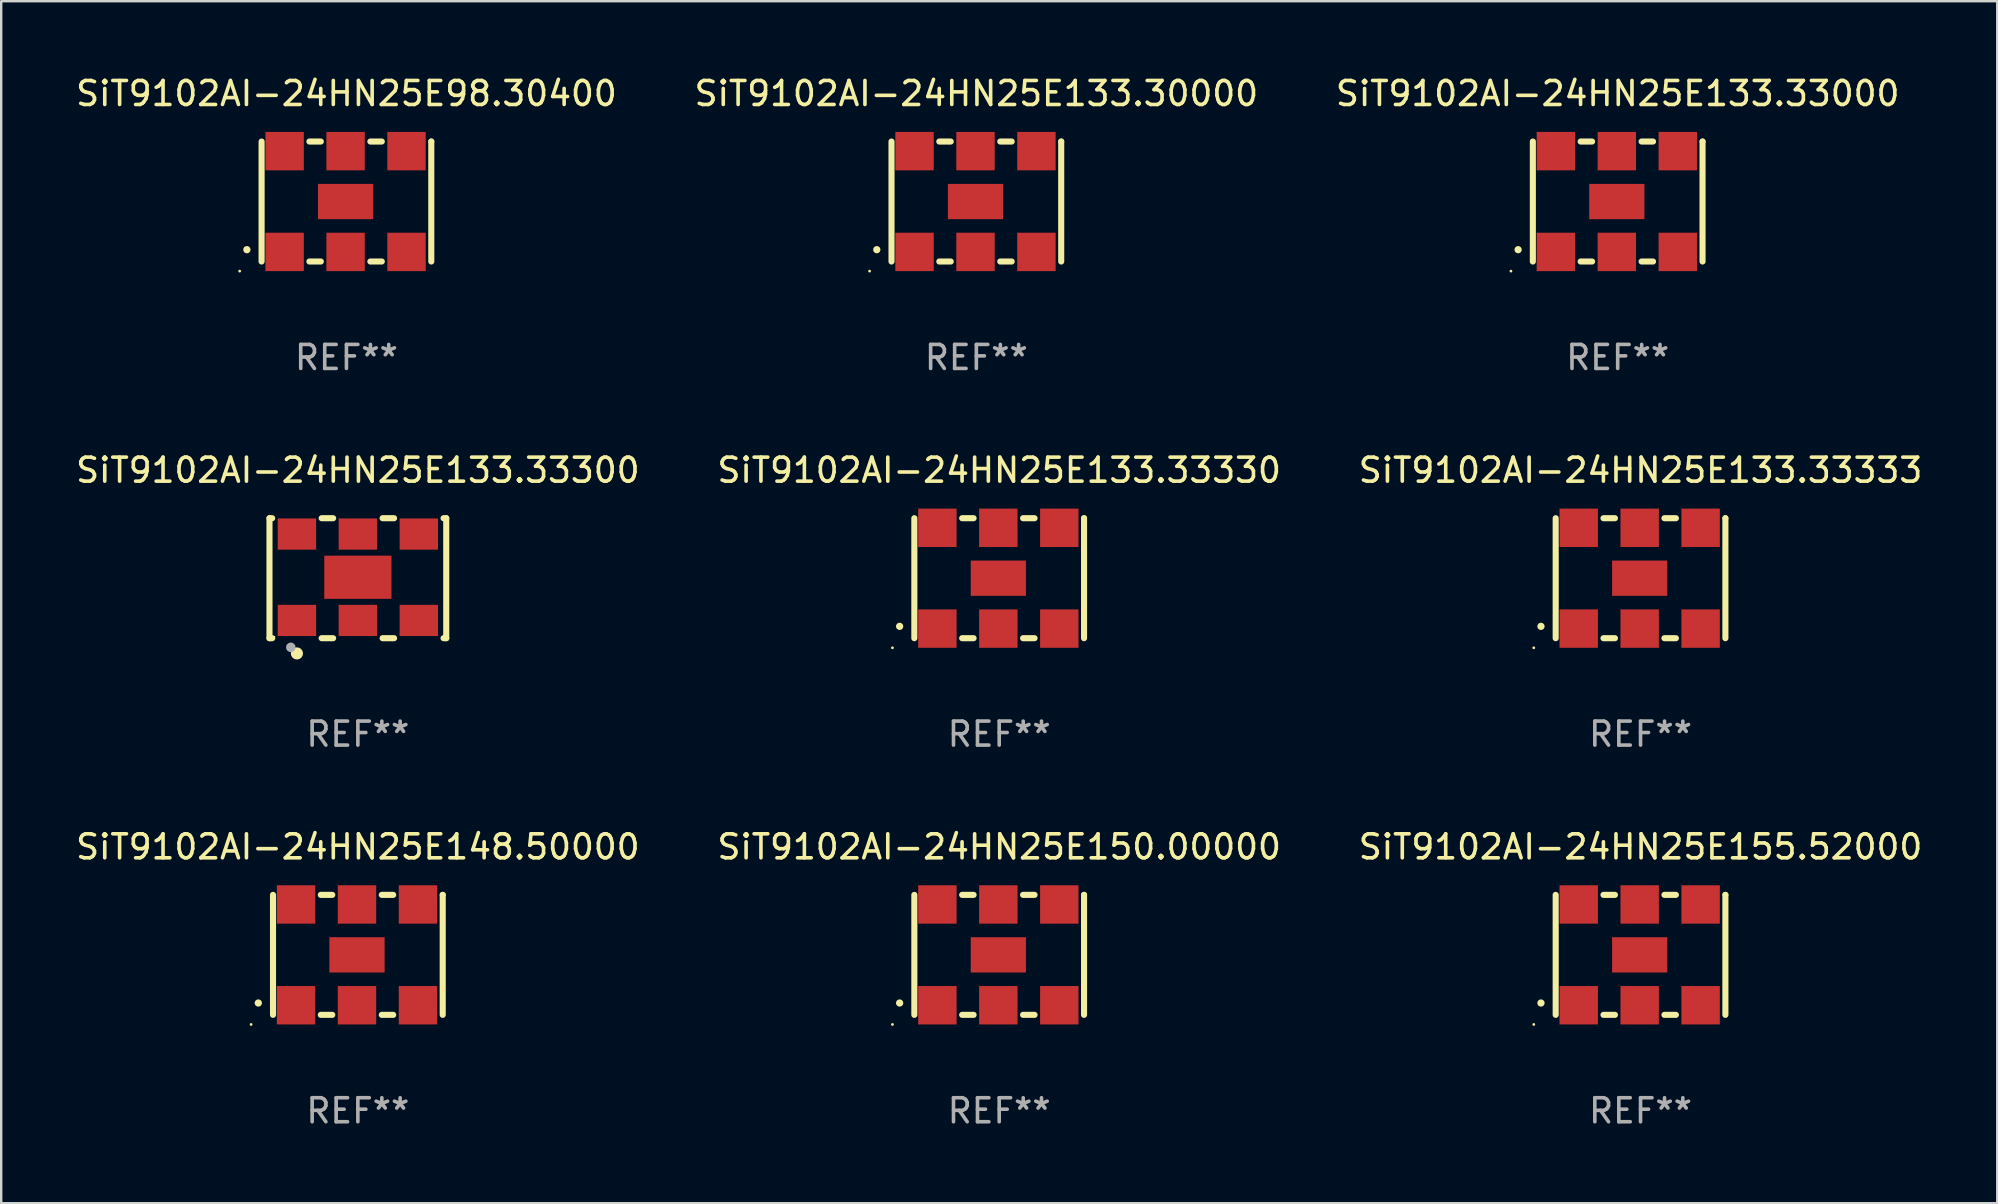
<source format=kicad_pcb>
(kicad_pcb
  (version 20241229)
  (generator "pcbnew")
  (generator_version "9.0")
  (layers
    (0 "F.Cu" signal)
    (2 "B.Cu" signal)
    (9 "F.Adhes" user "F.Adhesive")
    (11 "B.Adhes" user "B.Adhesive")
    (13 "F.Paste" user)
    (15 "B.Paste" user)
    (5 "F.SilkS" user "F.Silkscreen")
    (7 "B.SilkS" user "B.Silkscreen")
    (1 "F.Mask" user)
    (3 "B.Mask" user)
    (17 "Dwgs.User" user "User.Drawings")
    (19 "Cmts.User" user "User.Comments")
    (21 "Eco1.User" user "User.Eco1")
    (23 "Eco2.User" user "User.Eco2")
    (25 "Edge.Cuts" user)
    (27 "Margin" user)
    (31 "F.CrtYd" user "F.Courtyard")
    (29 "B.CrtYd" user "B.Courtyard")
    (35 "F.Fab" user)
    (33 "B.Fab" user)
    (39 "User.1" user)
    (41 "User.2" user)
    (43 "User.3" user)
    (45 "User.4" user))
  (footprint "SiT9102AI-24HN25E133.33000"
    (layer "F.Cu")
    (at 64.363 5.348)
    (property "Reference" "SiT9102AI-24HN25E133.33000" (at 0 -4.5 0) (layer "F.SilkS") (effects (font (size 1 1) (thickness 0.15))))
    (attr through_hole)
    (fp_line (start -3.536 -2.5) (end -3.536 2.5) (stroke (width 0.254) (type solid)) (layer "F.SilkS"))
    (fp_line (start -1.544 2.5) (end -1.067 2.5) (stroke (width 0.254) (type solid)) (layer "F.SilkS"))
    (fp_line (start -1.067 -2.5) (end -1.544 -2.5) (stroke (width 0.254) (type solid)) (layer "F.SilkS"))
    (fp_line (start 0.996 2.5) (end 1.473 2.5) (stroke (width 0.254) (type solid)) (layer "F.SilkS"))
    (fp_line (start 1.473 -2.5) (end 0.996 -2.5) (stroke (width 0.254) (type solid)) (layer "F.SilkS"))
    (fp_line (start 3.536 -2.5) (end 3.536 -2.5) (stroke (width 0.254) (type solid)) (layer "F.SilkS"))
    (fp_line (start 3.536 2.5) (end 3.536 -2.5) (stroke (width 0.254) (type solid)) (layer "F.SilkS"))
    (fp_arc (start -4.150432 2.006604) (mid -4.149162 2.006599) (end -4.147892 2.006604) (stroke (width 0.3) (type solid)) (layer "F.SilkS"))
    (fp_circle (center -4.449 2.9) (end -4.419 2.9) (stroke (width 0.06) (type solid)) (fill no) (layer "F.SilkS"))
    (fp_text user "REF**" (at 0 6.5 0) (layer "F.Fab") (effects (font (size 1 1) (thickness 0.15))))
    (pad "1" smd rect (at -2.576 2.1) (size 1.6 1.6) (layers "F.Cu" "F.Mask" "F.Paste"))
    (pad "2" smd rect (at -0.036 2.1) (size 1.6 1.6) (layers "F.Cu" "F.Mask" "F.Paste"))
    (pad "3" smd rect (at 2.504 2.1) (size 1.6 1.6) (layers "F.Cu" "F.Mask" "F.Paste"))
    (pad "4" smd rect (at 2.504 -2.1) (size 1.6 1.6) (layers "F.Cu" "F.Mask" "F.Paste"))
    (pad "5" smd rect (at -0.036 -2.1) (size 1.6 1.6) (layers "F.Cu" "F.Mask" "F.Paste"))
    (pad "6" smd rect (at -2.576 -2.1) (size 1.6 1.6) (layers "F.Cu" "F.Mask" "F.Paste"))
    (pad "7" smd rect (at -0.036 0) (size 2.3 1.47) (layers "F.Cu" "F.Mask" "F.Paste")))
  (footprint "SiT9102AI-24HN25E133.30000"
    (layer "F.Cu")
    (at 37.637 5.348)
    (property "Reference" "SiT9102AI-24HN25E133.30000" (at 0 -4.5 0) (layer "F.SilkS") (effects (font (size 1 1) (thickness 0.15))))
    (attr through_hole)
    (fp_line (start -3.536 -2.5) (end -3.536 2.5) (stroke (width 0.254) (type solid)) (layer "F.SilkS"))
    (fp_line (start -1.544 2.5) (end -1.067 2.5) (stroke (width 0.254) (type solid)) (layer "F.SilkS"))
    (fp_line (start -1.067 -2.5) (end -1.544 -2.5) (stroke (width 0.254) (type solid)) (layer "F.SilkS"))
    (fp_line (start 0.996 2.5) (end 1.473 2.5) (stroke (width 0.254) (type solid)) (layer "F.SilkS"))
    (fp_line (start 1.473 -2.5) (end 0.996 -2.5) (stroke (width 0.254) (type solid)) (layer "F.SilkS"))
    (fp_line (start 3.536 -2.5) (end 3.536 -2.5) (stroke (width 0.254) (type solid)) (layer "F.SilkS"))
    (fp_line (start 3.536 2.5) (end 3.536 -2.5) (stroke (width 0.254) (type solid)) (layer "F.SilkS"))
    (fp_arc (start -4.150432 2.006604) (mid -4.149162 2.006599) (end -4.147892 2.006604) (stroke (width 0.3) (type solid)) (layer "F.SilkS"))
    (fp_circle (center -4.449 2.9) (end -4.419 2.9) (stroke (width 0.06) (type solid)) (fill no) (layer "F.SilkS"))
    (fp_text user "REF**" (at 0 6.5 0) (layer "F.Fab") (effects (font (size 1 1) (thickness 0.15))))
    (pad "1" smd rect (at -2.576 2.1) (size 1.6 1.6) (layers "F.Cu" "F.Mask" "F.Paste"))
    (pad "2" smd rect (at -0.036 2.1) (size 1.6 1.6) (layers "F.Cu" "F.Mask" "F.Paste"))
    (pad "3" smd rect (at 2.504 2.1) (size 1.6 1.6) (layers "F.Cu" "F.Mask" "F.Paste"))
    (pad "4" smd rect (at 2.504 -2.1) (size 1.6 1.6) (layers "F.Cu" "F.Mask" "F.Paste"))
    (pad "5" smd rect (at -0.036 -2.1) (size 1.6 1.6) (layers "F.Cu" "F.Mask" "F.Paste"))
    (pad "6" smd rect (at -2.576 -2.1) (size 1.6 1.6) (layers "F.Cu" "F.Mask" "F.Paste"))
    (pad "7" smd rect (at -0.036 0) (size 2.3 1.47) (layers "F.Cu" "F.Mask" "F.Paste")))
  (footprint "SiT9102AI-24HN25E133.33333"
    (layer "F.Cu")
    (at 65.315 21.045)
    (property "Reference" "SiT9102AI-24HN25E133.33333" (at 0 -4.5 0) (layer "F.SilkS") (effects (font (size 1 1) (thickness 0.15))))
    (attr through_hole)
    (fp_line (start -3.536 -2.5) (end -3.536 2.5) (stroke (width 0.254) (type solid)) (layer "F.SilkS"))
    (fp_line (start -1.544 2.5) (end -1.067 2.5) (stroke (width 0.254) (type solid)) (layer "F.SilkS"))
    (fp_line (start -1.067 -2.5) (end -1.544 -2.5) (stroke (width 0.254) (type solid)) (layer "F.SilkS"))
    (fp_line (start 0.996 2.5) (end 1.473 2.5) (stroke (width 0.254) (type solid)) (layer "F.SilkS"))
    (fp_line (start 1.473 -2.5) (end 0.996 -2.5) (stroke (width 0.254) (type solid)) (layer "F.SilkS"))
    (fp_line (start 3.536 -2.5) (end 3.536 -2.5) (stroke (width 0.254) (type solid)) (layer "F.SilkS"))
    (fp_line (start 3.536 2.5) (end 3.536 -2.5) (stroke (width 0.254) (type solid)) (layer "F.SilkS"))
    (fp_arc (start -4.150432 2.006604) (mid -4.149162 2.006599) (end -4.147892 2.006604) (stroke (width 0.3) (type solid)) (layer "F.SilkS"))
    (fp_circle (center -4.449 2.9) (end -4.419 2.9) (stroke (width 0.06) (type solid)) (fill no) (layer "F.SilkS"))
    (fp_text user "REF**" (at 0 6.5 0) (layer "F.Fab") (effects (font (size 1 1) (thickness 0.15))))
    (pad "1" smd rect (at -2.576 2.1) (size 1.6 1.6) (layers "F.Cu" "F.Mask" "F.Paste"))
    (pad "2" smd rect (at -0.036 2.1) (size 1.6 1.6) (layers "F.Cu" "F.Mask" "F.Paste"))
    (pad "3" smd rect (at 2.504 2.1) (size 1.6 1.6) (layers "F.Cu" "F.Mask" "F.Paste"))
    (pad "4" smd rect (at 2.504 -2.1) (size 1.6 1.6) (layers "F.Cu" "F.Mask" "F.Paste"))
    (pad "5" smd rect (at -0.036 -2.1) (size 1.6 1.6) (layers "F.Cu" "F.Mask" "F.Paste"))
    (pad "6" smd rect (at -2.576 -2.1) (size 1.6 1.6) (layers "F.Cu" "F.Mask" "F.Paste"))
    (pad "7" smd rect (at -0.036 0) (size 2.3 1.47) (layers "F.Cu" "F.Mask" "F.Paste")))
  (footprint "SiT9102AI-24HN25E150.00000"
    (layer "F.Cu")
    (at 38.589 36.741)
    (property "Reference" "SiT9102AI-24HN25E150.00000" (at 0 -4.5 0) (layer "F.SilkS") (effects (font (size 1 1) (thickness 0.15))))
    (attr through_hole)
    (fp_line (start -3.536 -2.5) (end -3.536 2.5) (stroke (width 0.254) (type solid)) (layer "F.SilkS"))
    (fp_line (start -1.544 2.5) (end -1.067 2.5) (stroke (width 0.254) (type solid)) (layer "F.SilkS"))
    (fp_line (start -1.067 -2.5) (end -1.544 -2.5) (stroke (width 0.254) (type solid)) (layer "F.SilkS"))
    (fp_line (start 0.996 2.5) (end 1.473 2.5) (stroke (width 0.254) (type solid)) (layer "F.SilkS"))
    (fp_line (start 1.473 -2.5) (end 0.996 -2.5) (stroke (width 0.254) (type solid)) (layer "F.SilkS"))
    (fp_line (start 3.536 -2.5) (end 3.536 -2.5) (stroke (width 0.254) (type solid)) (layer "F.SilkS"))
    (fp_line (start 3.536 2.5) (end 3.536 -2.5) (stroke (width 0.254) (type solid)) (layer "F.SilkS"))
    (fp_arc (start -4.150432 2.006604) (mid -4.149162 2.006599) (end -4.147892 2.006604) (stroke (width 0.3) (type solid)) (layer "F.SilkS"))
    (fp_circle (center -4.449 2.9) (end -4.419 2.9) (stroke (width 0.06) (type solid)) (fill no) (layer "F.SilkS"))
    (fp_text user "REF**" (at 0 6.5 0) (layer "F.Fab") (effects (font (size 1 1) (thickness 0.15))))
    (pad "1" smd rect (at -2.576 2.1) (size 1.6 1.6) (layers "F.Cu" "F.Mask" "F.Paste"))
    (pad "2" smd rect (at -0.036 2.1) (size 1.6 1.6) (layers "F.Cu" "F.Mask" "F.Paste"))
    (pad "3" smd rect (at 2.504 2.1) (size 1.6 1.6) (layers "F.Cu" "F.Mask" "F.Paste"))
    (pad "4" smd rect (at 2.504 -2.1) (size 1.6 1.6) (layers "F.Cu" "F.Mask" "F.Paste"))
    (pad "5" smd rect (at -0.036 -2.1) (size 1.6 1.6) (layers "F.Cu" "F.Mask" "F.Paste"))
    (pad "6" smd rect (at -2.576 -2.1) (size 1.6 1.6) (layers "F.Cu" "F.Mask" "F.Paste"))
    (pad "7" smd rect (at -0.036 0) (size 2.3 1.47) (layers "F.Cu" "F.Mask" "F.Paste")))
  (footprint "SiT9102AI-24HN25E133.33330"
    (layer "F.Cu")
    (at 38.589 21.045)
    (property "Reference" "SiT9102AI-24HN25E133.33330" (at 0 -4.5 0) (layer "F.SilkS") (effects (font (size 1 1) (thickness 0.15))))
    (attr through_hole)
    (fp_line (start -3.536 -2.5) (end -3.536 2.5) (stroke (width 0.254) (type solid)) (layer "F.SilkS"))
    (fp_line (start -1.544 2.5) (end -1.067 2.5) (stroke (width 0.254) (type solid)) (layer "F.SilkS"))
    (fp_line (start -1.067 -2.5) (end -1.544 -2.5) (stroke (width 0.254) (type solid)) (layer "F.SilkS"))
    (fp_line (start 0.996 2.5) (end 1.473 2.5) (stroke (width 0.254) (type solid)) (layer "F.SilkS"))
    (fp_line (start 1.473 -2.5) (end 0.996 -2.5) (stroke (width 0.254) (type solid)) (layer "F.SilkS"))
    (fp_line (start 3.536 -2.5) (end 3.536 -2.5) (stroke (width 0.254) (type solid)) (layer "F.SilkS"))
    (fp_line (start 3.536 2.5) (end 3.536 -2.5) (stroke (width 0.254) (type solid)) (layer "F.SilkS"))
    (fp_arc (start -4.150432 2.006604) (mid -4.149162 2.006599) (end -4.147892 2.006604) (stroke (width 0.3) (type solid)) (layer "F.SilkS"))
    (fp_circle (center -4.449 2.9) (end -4.419 2.9) (stroke (width 0.06) (type solid)) (fill no) (layer "F.SilkS"))
    (fp_text user "REF**" (at 0 6.5 0) (layer "F.Fab") (effects (font (size 1 1) (thickness 0.15))))
    (pad "1" smd rect (at -2.576 2.1) (size 1.6 1.6) (layers "F.Cu" "F.Mask" "F.Paste"))
    (pad "2" smd rect (at -0.036 2.1) (size 1.6 1.6) (layers "F.Cu" "F.Mask" "F.Paste"))
    (pad "3" smd rect (at 2.504 2.1) (size 1.6 1.6) (layers "F.Cu" "F.Mask" "F.Paste"))
    (pad "4" smd rect (at 2.504 -2.1) (size 1.6 1.6) (layers "F.Cu" "F.Mask" "F.Paste"))
    (pad "5" smd rect (at -0.036 -2.1) (size 1.6 1.6) (layers "F.Cu" "F.Mask" "F.Paste"))
    (pad "6" smd rect (at -2.576 -2.1) (size 1.6 1.6) (layers "F.Cu" "F.Mask" "F.Paste"))
    (pad "7" smd rect (at -0.036 0) (size 2.3 1.47) (layers "F.Cu" "F.Mask" "F.Paste")))
  (footprint "SiT9102AI-24HN25E155.52000"
    (layer "F.Cu")
    (at 65.315 36.741)
    (property "Reference" "SiT9102AI-24HN25E155.52000" (at 0 -4.5 0) (layer "F.SilkS") (effects (font (size 1 1) (thickness 0.15))))
    (attr through_hole)
    (fp_line (start -3.536 -2.5) (end -3.536 2.5) (stroke (width 0.254) (type solid)) (layer "F.SilkS"))
    (fp_line (start -1.544 2.5) (end -1.067 2.5) (stroke (width 0.254) (type solid)) (layer "F.SilkS"))
    (fp_line (start -1.067 -2.5) (end -1.544 -2.5) (stroke (width 0.254) (type solid)) (layer "F.SilkS"))
    (fp_line (start 0.996 2.5) (end 1.473 2.5) (stroke (width 0.254) (type solid)) (layer "F.SilkS"))
    (fp_line (start 1.473 -2.5) (end 0.996 -2.5) (stroke (width 0.254) (type solid)) (layer "F.SilkS"))
    (fp_line (start 3.536 -2.5) (end 3.536 -2.5) (stroke (width 0.254) (type solid)) (layer "F.SilkS"))
    (fp_line (start 3.536 2.5) (end 3.536 -2.5) (stroke (width 0.254) (type solid)) (layer "F.SilkS"))
    (fp_arc (start -4.150432 2.006604) (mid -4.149162 2.006599) (end -4.147892 2.006604) (stroke (width 0.3) (type solid)) (layer "F.SilkS"))
    (fp_circle (center -4.449 2.9) (end -4.419 2.9) (stroke (width 0.06) (type solid)) (fill no) (layer "F.SilkS"))
    (fp_text user "REF**" (at 0 6.5 0) (layer "F.Fab") (effects (font (size 1 1) (thickness 0.15))))
    (pad "1" smd rect (at -2.576 2.1) (size 1.6 1.6) (layers "F.Cu" "F.Mask" "F.Paste"))
    (pad "2" smd rect (at -0.036 2.1) (size 1.6 1.6) (layers "F.Cu" "F.Mask" "F.Paste"))
    (pad "3" smd rect (at 2.504 2.1) (size 1.6 1.6) (layers "F.Cu" "F.Mask" "F.Paste"))
    (pad "4" smd rect (at 2.504 -2.1) (size 1.6 1.6) (layers "F.Cu" "F.Mask" "F.Paste"))
    (pad "5" smd rect (at -0.036 -2.1) (size 1.6 1.6) (layers "F.Cu" "F.Mask" "F.Paste"))
    (pad "6" smd rect (at -2.576 -2.1) (size 1.6 1.6) (layers "F.Cu" "F.Mask" "F.Paste"))
    (pad "7" smd rect (at -0.036 0) (size 2.3 1.47) (layers "F.Cu" "F.Mask" "F.Paste")))
  (footprint "SiT9102AI-24HN25E98.30400"
    (layer "F.Cu")
    (at 11.387 5.348)
    (property "Reference" "SiT9102AI-24HN25E98.30400" (at 0 -4.5 0) (layer "F.SilkS") (effects (font (size 1 1) (thickness 0.15))))
    (attr through_hole)
    (fp_line (start -3.536 -2.5) (end -3.536 2.5) (stroke (width 0.254) (type solid)) (layer "F.SilkS"))
    (fp_line (start -1.544 2.5) (end -1.067 2.5) (stroke (width 0.254) (type solid)) (layer "F.SilkS"))
    (fp_line (start -1.067 -2.5) (end -1.544 -2.5) (stroke (width 0.254) (type solid)) (layer "F.SilkS"))
    (fp_line (start 0.996 2.5) (end 1.473 2.5) (stroke (width 0.254) (type solid)) (layer "F.SilkS"))
    (fp_line (start 1.473 -2.5) (end 0.996 -2.5) (stroke (width 0.254) (type solid)) (layer "F.SilkS"))
    (fp_line (start 3.536 -2.5) (end 3.536 -2.5) (stroke (width 0.254) (type solid)) (layer "F.SilkS"))
    (fp_line (start 3.536 2.5) (end 3.536 -2.5) (stroke (width 0.254) (type solid)) (layer "F.SilkS"))
    (fp_arc (start -4.150432 2.006604) (mid -4.149162 2.006599) (end -4.147892 2.006604) (stroke (width 0.3) (type solid)) (layer "F.SilkS"))
    (fp_circle (center -4.449 2.9) (end -4.419 2.9) (stroke (width 0.06) (type solid)) (fill no) (layer "F.SilkS"))
    (fp_text user "REF**" (at 0 6.5 0) (layer "F.Fab") (effects (font (size 1 1) (thickness 0.15))))
    (pad "1" smd rect (at -2.576 2.1) (size 1.6 1.6) (layers "F.Cu" "F.Mask" "F.Paste"))
    (pad "2" smd rect (at -0.036 2.1) (size 1.6 1.6) (layers "F.Cu" "F.Mask" "F.Paste"))
    (pad "3" smd rect (at 2.504 2.1) (size 1.6 1.6) (layers "F.Cu" "F.Mask" "F.Paste"))
    (pad "4" smd rect (at 2.504 -2.1) (size 1.6 1.6) (layers "F.Cu" "F.Mask" "F.Paste"))
    (pad "5" smd rect (at -0.036 -2.1) (size 1.6 1.6) (layers "F.Cu" "F.Mask" "F.Paste"))
    (pad "6" smd rect (at -2.576 -2.1) (size 1.6 1.6) (layers "F.Cu" "F.Mask" "F.Paste"))
    (pad "7" smd rect (at -0.036 0) (size 2.3 1.47) (layers "F.Cu" "F.Mask" "F.Paste")))
  (footprint "SiT9102AI-24HN25E133.33300"
    (layer "F.Cu")
    (at 11.863 21.045)
    (property "Reference" "SiT9102AI-24HN25E133.33300" (at 0 -4.5 0) (layer "F.SilkS") (effects (font (size 1 1) (thickness 0.15))))
    (attr through_hole)
    (fp_line (start -3.683 -2.5) (end -3.571 -2.5) (stroke (width 0.254) (type solid)) (layer "F.SilkS"))
    (fp_line (start -3.683 2.5) (end -3.683 -2.5) (stroke (width 0.254) (type solid)) (layer "F.SilkS"))
    (fp_line (start -3.683 2.5) (end -3.571 2.5) (stroke (width 0.254) (type solid)) (layer "F.SilkS"))
    (fp_line (start -1.509 -2.5) (end -1.031 -2.5) (stroke (width 0.254) (type solid)) (layer "F.SilkS"))
    (fp_line (start -1.509 2.5) (end -1.031 2.5) (stroke (width 0.254) (type solid)) (layer "F.SilkS"))
    (fp_line (start 1.031 -2.5) (end 1.509 -2.5) (stroke (width 0.254) (type solid)) (layer "F.SilkS"))
    (fp_line (start 1.031 2.5) (end 1.509 2.5) (stroke (width 0.254) (type solid)) (layer "F.SilkS"))
    (fp_line (start 3.571 -2.5) (end 3.683 -2.5) (stroke (width 0.254) (type solid)) (layer "F.SilkS"))
    (fp_line (start 3.571 2.5) (end 3.683 2.5) (stroke (width 0.254) (type solid)) (layer "F.SilkS"))
    (fp_line (start 3.683 2.5) (end 3.683 -2.5) (stroke (width 0.254) (type solid)) (layer "F.SilkS"))
    (fp_circle (center -3.5 2.46) (end -3.47 2.46) (stroke (width 0.06) (type solid)) (fill no) (layer "F.SilkS"))
    (fp_circle (center -2.54 3.135) (end -2.413 3.135) (stroke (width 0.254) (type solid)) (fill no) (layer "F.SilkS"))
    (fp_circle (center -2.794 2.881) (end -2.694 2.881) (stroke (width 0.2) (type solid)) (fill no) (layer "F.Fab"))
    (fp_text user "REF**" (at 0 6.5 0) (layer "F.Fab") (effects (font (size 1 1) (thickness 0.15))))
    (pad "1" smd rect (at -2.54 1.76) (size 1.6 1.3) (layers "F.Cu" "F.Mask" "F.Paste"))
    (pad "2" smd rect (at 0 1.76) (size 1.6 1.3) (layers "F.Cu" "F.Mask" "F.Paste"))
    (pad "3" smd rect (at 2.54 1.76) (size 1.6 1.3) (layers "F.Cu" "F.Mask" "F.Paste"))
    (pad "4" smd rect (at 2.54 -1.84) (size 1.6 1.3) (layers "F.Cu" "F.Mask" "F.Paste"))
    (pad "5" smd rect (at 0 -1.84) (size 1.6 1.3) (layers "F.Cu" "F.Mask" "F.Paste"))
    (pad "6" smd rect (at -2.54 -1.84) (size 1.6 1.3) (layers "F.Cu" "F.Mask" "F.Paste"))
    (pad "7" smd rect (at 0 -0.04) (size 2.8 1.8) (layers "F.Cu" "F.Mask" "F.Paste")))
  (footprint "SiT9102AI-24HN25E148.50000"
    (layer "F.Cu")
    (at 11.863 36.741)
    (property "Reference" "SiT9102AI-24HN25E148.50000" (at 0 -4.5 0) (layer "F.SilkS") (effects (font (size 1 1) (thickness 0.15))))
    (attr through_hole)
    (fp_line (start -3.536 -2.5) (end -3.536 2.5) (stroke (width 0.254) (type solid)) (layer "F.SilkS"))
    (fp_line (start -1.544 2.5) (end -1.067 2.5) (stroke (width 0.254) (type solid)) (layer "F.SilkS"))
    (fp_line (start -1.067 -2.5) (end -1.544 -2.5) (stroke (width 0.254) (type solid)) (layer "F.SilkS"))
    (fp_line (start 0.996 2.5) (end 1.473 2.5) (stroke (width 0.254) (type solid)) (layer "F.SilkS"))
    (fp_line (start 1.473 -2.5) (end 0.996 -2.5) (stroke (width 0.254) (type solid)) (layer "F.SilkS"))
    (fp_line (start 3.536 -2.5) (end 3.536 -2.5) (stroke (width 0.254) (type solid)) (layer "F.SilkS"))
    (fp_line (start 3.536 2.5) (end 3.536 -2.5) (stroke (width 0.254) (type solid)) (layer "F.SilkS"))
    (fp_arc (start -4.150432 2.006604) (mid -4.149162 2.006599) (end -4.147892 2.006604) (stroke (width 0.3) (type solid)) (layer "F.SilkS"))
    (fp_circle (center -4.449 2.9) (end -4.419 2.9) (stroke (width 0.06) (type solid)) (fill no) (layer "F.SilkS"))
    (fp_text user "REF**" (at 0 6.5 0) (layer "F.Fab") (effects (font (size 1 1) (thickness 0.15))))
    (pad "1" smd rect (at -2.576 2.1) (size 1.6 1.6) (layers "F.Cu" "F.Mask" "F.Paste"))
    (pad "2" smd rect (at -0.036 2.1) (size 1.6 1.6) (layers "F.Cu" "F.Mask" "F.Paste"))
    (pad "3" smd rect (at 2.504 2.1) (size 1.6 1.6) (layers "F.Cu" "F.Mask" "F.Paste"))
    (pad "4" smd rect (at 2.504 -2.1) (size 1.6 1.6) (layers "F.Cu" "F.Mask" "F.Paste"))
    (pad "5" smd rect (at -0.036 -2.1) (size 1.6 1.6) (layers "F.Cu" "F.Mask" "F.Paste"))
    (pad "6" smd rect (at -2.576 -2.1) (size 1.6 1.6) (layers "F.Cu" "F.Mask" "F.Paste"))
    (pad "7" smd rect (at -0.036 0) (size 2.3 1.47) (layers "F.Cu" "F.Mask" "F.Paste")))
  (gr_rect
    (start -3 -3)
    (end 80.179 47.09)
    (stroke (width 0.1) (type default))
    (fill no)
    (layer "Edge.Cuts")))
</source>
